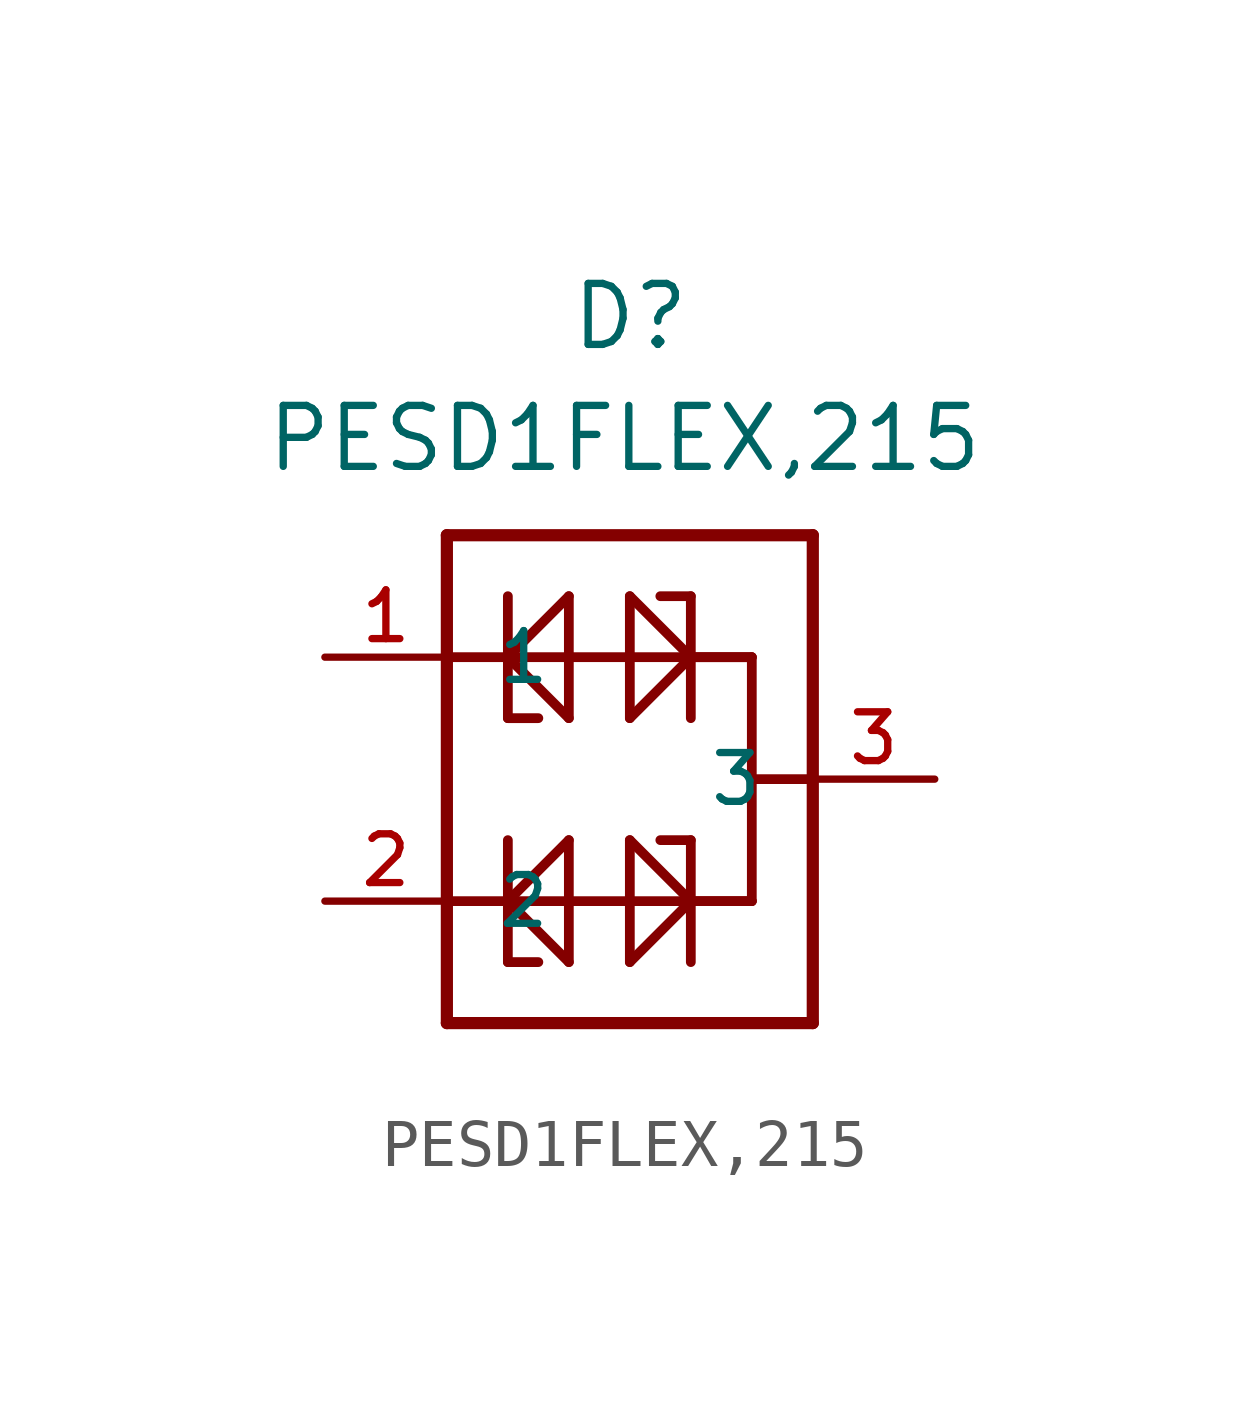
<source format=kicad_sym>
(kicad_symbol_lib
  (version 20220328)
  (generator kicad_symbol_editor)
  (symbol "PESD1FLEX,215"
    (pin_names
      (offset 1.016))
    (property "Reference" "D"
      (at -1.27 8.89 0)
      (effects (font (size 1.27 1.27)) (justify left bottom)))
    (property "Value" "PESD1FLEX,215"
      (at -7.62 6.35 0)
      (effects (font (size 1.27 1.27)) (justify left bottom)))
    (symbol "PESD1FLEX,215_0_0"
      (polyline (pts (xy -3.81 -5.08) (xy 3.81 -5.08)) (stroke (width 0.254) (type solid)) (fill (type none)))
      (polyline (pts (xy -3.81 -2.54) (xy -3.81 -5.08)) (stroke (width 0.254) (type solid)) (fill (type none)))
      (polyline (pts (xy -3.81 -2.54) (xy -2.54 -2.54)) (stroke (width 0.203) (type solid)) (fill (type none)))
      (polyline (pts (xy -3.81 2.54) (xy -3.81 -2.54)) (stroke (width 0.254) (type solid)) (fill (type none)))
      (polyline (pts (xy -3.81 2.54) (xy -2.54 2.54)) (stroke (width 0.203) (type solid)) (fill (type none)))
      (polyline (pts (xy -3.81 5.08) (xy -3.81 2.54)) (stroke (width 0.254) (type solid)) (fill (type none)))
      (polyline (pts (xy -2.54 -3.81) (xy -1.905 -3.81)) (stroke (width 0.203) (type solid)) (fill (type none)))
      (polyline (pts (xy -2.54 -2.54) (xy -2.54 -3.81)) (stroke (width 0.203) (type solid)) (fill (type none)))
      (polyline (pts (xy -2.54 -2.54) (xy -1.27 -1.27)) (stroke (width 0.203) (type solid)) (fill (type none)))
      (polyline (pts (xy -2.54 -2.54) (xy 2.54 -2.54)) (stroke (width 0.203) (type solid)) (fill (type none)))
      (polyline (pts (xy -2.54 -1.27) (xy -2.54 -2.54)) (stroke (width 0.203) (type solid)) (fill (type none)))
      (polyline (pts (xy -2.54 1.27) (xy -1.905 1.27)) (stroke (width 0.203) (type solid)) (fill (type none)))
      (polyline (pts (xy -2.54 2.54) (xy -2.54 1.27)) (stroke (width 0.203) (type solid)) (fill (type none)))
      (polyline (pts (xy -2.54 2.54) (xy -1.27 3.81)) (stroke (width 0.203) (type solid)) (fill (type none)))
      (polyline (pts (xy -2.54 2.54) (xy 2.54 2.54)) (stroke (width 0.203) (type solid)) (fill (type none)))
      (polyline (pts (xy -2.54 3.81) (xy -2.54 2.54)) (stroke (width 0.203) (type solid)) (fill (type none)))
      (polyline (pts (xy -1.27 -3.81) (xy -2.54 -2.54)) (stroke (width 0.203) (type solid)) (fill (type none)))
      (polyline (pts (xy -1.27 -1.27) (xy -1.27 -3.81)) (stroke (width 0.203) (type solid)) (fill (type none)))
      (polyline (pts (xy -1.27 1.27) (xy -2.54 2.54)) (stroke (width 0.203) (type solid)) (fill (type none)))
      (polyline (pts (xy -1.27 3.81) (xy -1.27 1.27)) (stroke (width 0.203) (type solid)) (fill (type none)))
      (polyline (pts (xy 0 -3.81) (xy 1.27 -2.54)) (stroke (width 0.203) (type solid)) (fill (type none)))
      (polyline (pts (xy 0 -1.27) (xy 0 -3.81)) (stroke (width 0.203) (type solid)) (fill (type none)))
      (polyline (pts (xy 0 1.27) (xy 1.27 2.54)) (stroke (width 0.203) (type solid)) (fill (type none)))
      (polyline (pts (xy 0 3.81) (xy 0 1.27)) (stroke (width 0.203) (type solid)) (fill (type none)))
      (polyline (pts (xy 1.27 -3.81) (xy 1.27 -2.54)) (stroke (width 0.203) (type solid)) (fill (type none)))
      (polyline (pts (xy 1.27 -2.54) (xy 0 -1.27)) (stroke (width 0.203) (type solid)) (fill (type none)))
      (polyline (pts (xy 1.27 -2.54) (xy 1.27 -1.27)) (stroke (width 0.203) (type solid)) (fill (type none)))
      (polyline (pts (xy 1.27 -2.54) (xy 2.54 -2.54)) (stroke (width 0.203) (type solid)) (fill (type none)))
      (polyline (pts (xy 1.27 -1.27) (xy 0.635 -1.27)) (stroke (width 0.203) (type solid)) (fill (type none)))
      (polyline (pts (xy 1.27 1.27) (xy 1.27 2.54)) (stroke (width 0.203) (type solid)) (fill (type none)))
      (polyline (pts (xy 1.27 2.54) (xy 0 3.81)) (stroke (width 0.203) (type solid)) (fill (type none)))
      (polyline (pts (xy 1.27 2.54) (xy 1.27 3.81)) (stroke (width 0.203) (type solid)) (fill (type none)))
      (polyline (pts (xy 1.27 2.54) (xy 2.54 2.54)) (stroke (width 0.203) (type solid)) (fill (type none)))
      (polyline (pts (xy 1.27 3.81) (xy 0.635 3.81)) (stroke (width 0.203) (type solid)) (fill (type none)))
      (polyline (pts (xy 2.54 0) (xy 2.54 -2.54)) (stroke (width 0.203) (type solid)) (fill (type none)))
      (polyline (pts (xy 2.54 0) (xy 3.81 0)) (stroke (width 0.203) (type solid)) (fill (type none)))
      (polyline (pts (xy 2.54 2.54) (xy 2.54 0)) (stroke (width 0.203) (type solid)) (fill (type none)))
      (polyline (pts (xy 3.81 -5.08) (xy 3.81 5.08)) (stroke (width 0.254) (type solid)) (fill (type none)))
      (polyline (pts (xy 3.81 5.08) (xy -3.81 5.08)) (stroke (width 0.254) (type solid)) (fill (type none)))
      (pin bidirectional line (at -6.35 2.54 0) (length 2.54) (name "1" (effects (font (size 1.016 1.016)))) (number "1" (effects (font (size 1.016 1.016)))))
      (pin bidirectional line (at -6.35 -2.54 0) (length 2.54) (name "2" (effects (font (size 1.016 1.016)))) (number "2" (effects (font (size 1.016 1.016)))))
      (pin bidirectional line (at 6.35 0 180) (length 2.54) (name "3" (effects (font (size 1.016 1.016)))) (number "3" (effects (font (size 1.016 1.016))))))))
</source>
